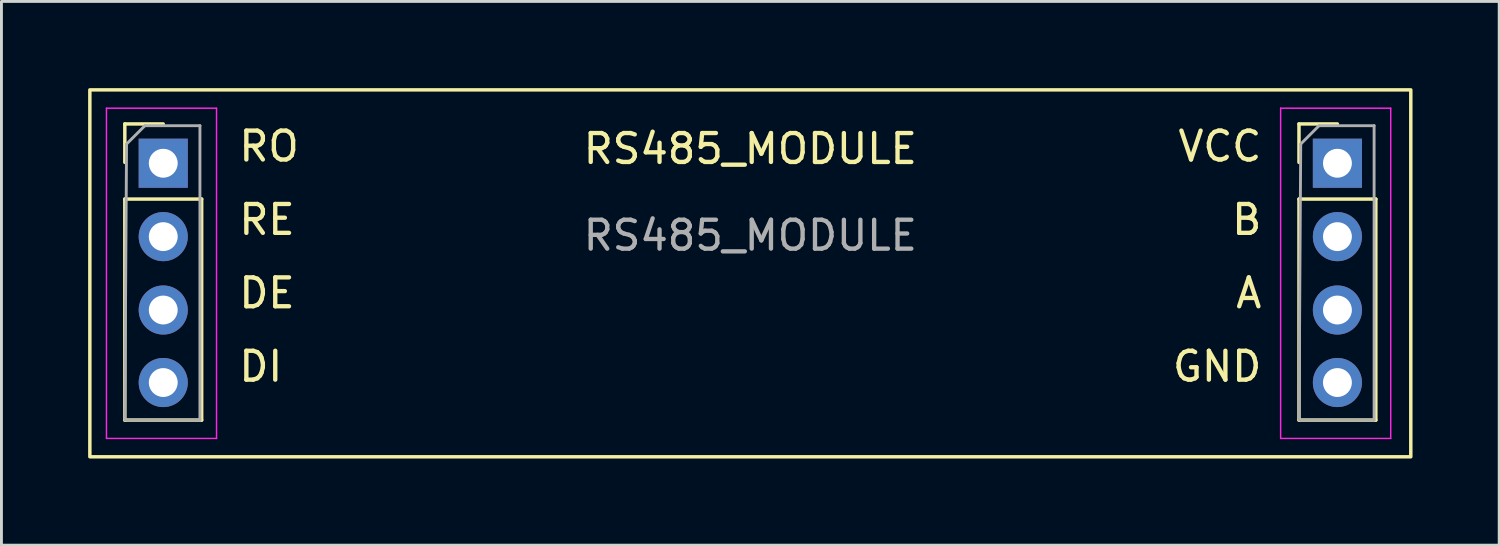
<source format=kicad_pcb>
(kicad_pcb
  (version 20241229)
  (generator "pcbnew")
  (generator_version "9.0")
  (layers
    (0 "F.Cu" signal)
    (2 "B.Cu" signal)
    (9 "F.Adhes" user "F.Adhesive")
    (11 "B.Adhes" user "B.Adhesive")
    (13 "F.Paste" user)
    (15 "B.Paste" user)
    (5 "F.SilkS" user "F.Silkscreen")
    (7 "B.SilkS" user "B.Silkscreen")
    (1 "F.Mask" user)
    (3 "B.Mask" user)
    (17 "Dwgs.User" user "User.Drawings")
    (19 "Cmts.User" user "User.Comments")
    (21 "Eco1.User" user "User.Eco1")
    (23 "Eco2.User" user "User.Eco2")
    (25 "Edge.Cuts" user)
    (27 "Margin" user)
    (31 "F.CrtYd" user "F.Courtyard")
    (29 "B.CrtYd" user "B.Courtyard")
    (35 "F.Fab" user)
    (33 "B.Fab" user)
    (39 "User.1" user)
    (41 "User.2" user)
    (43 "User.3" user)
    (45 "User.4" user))
  (footprint "RS485_MODULE"
    (layer "F.Cu")
    (at 22.92 2.6)
    (property "Reference" "RS485_MODULE" (at 0 -0.5 0) (unlocked yes) (layer "F.SilkS") (effects (font (size 1 1) (thickness 0.15))))
    (attr through_hole)
    (fp_line (start -21.65 -1.36) (end -20.32 -1.36) (stroke (width 0.12) (type solid)) (layer "F.SilkS"))
    (fp_line (start -21.65 -0.03) (end -21.65 -1.36) (stroke (width 0.12) (type solid)) (layer "F.SilkS"))
    (fp_line (start -21.65 1.24) (end -21.65 8.89) (stroke (width 0.12) (type solid)) (layer "F.SilkS"))
    (fp_line (start -21.65 1.24) (end -18.99 1.24) (stroke (width 0.12) (type solid)) (layer "F.SilkS"))
    (fp_line (start -21.65 8.89) (end -18.99 8.89) (stroke (width 0.12) (type solid)) (layer "F.SilkS"))
    (fp_line (start -18.99 1.24) (end -18.99 8.89) (stroke (width 0.12) (type solid)) (layer "F.SilkS"))
    (fp_line (start 18.99 -1.36) (end 20.32 -1.36) (stroke (width 0.12) (type solid)) (layer "F.SilkS"))
    (fp_line (start 18.99 -0.03) (end 18.99 -1.36) (stroke (width 0.12) (type solid)) (layer "F.SilkS"))
    (fp_line (start 18.99 1.24) (end 18.99 8.89) (stroke (width 0.12) (type solid)) (layer "F.SilkS"))
    (fp_line (start 18.99 1.24) (end 21.65 1.24) (stroke (width 0.12) (type solid)) (layer "F.SilkS"))
    (fp_line (start 18.99 8.89) (end 21.65 8.89) (stroke (width 0.12) (type solid)) (layer "F.SilkS"))
    (fp_line (start 21.65 1.24) (end 21.65 8.89) (stroke (width 0.12) (type solid)) (layer "F.SilkS"))
    (fp_rect (start -22.86 -2.54) (end 22.86 10.16) (stroke (width 0.12) (type default)) (fill no) (layer "F.SilkS"))
    (fp_line (start -22.285 -1.905) (end -22.285 9.525) (stroke (width 0.05) (type solid)) (layer "F.CrtYd"))
    (fp_line (start -22.285 9.525) (end -18.475 9.525) (stroke (width 0.05) (type solid)) (layer "F.CrtYd"))
    (fp_line (start -18.475 -1.905) (end -22.285 -1.905) (stroke (width 0.05) (type solid)) (layer "F.CrtYd"))
    (fp_line (start -18.475 9.525) (end -18.475 -1.905) (stroke (width 0.05) (type solid)) (layer "F.CrtYd"))
    (fp_line (start 18.355 -1.905) (end 18.355 9.525) (stroke (width 0.05) (type solid)) (layer "F.CrtYd"))
    (fp_line (start 18.355 9.525) (end 22.165 9.525) (stroke (width 0.05) (type solid)) (layer "F.CrtYd"))
    (fp_line (start 22.165 -1.905) (end 18.355 -1.905) (stroke (width 0.05) (type solid)) (layer "F.CrtYd"))
    (fp_line (start 22.165 9.525) (end 22.165 -1.905) (stroke (width 0.05) (type solid)) (layer "F.CrtYd"))
    (fp_line (start -21.65 8.89) (end -21.59 -0.665) (stroke (width 0.1) (type solid)) (layer "F.Fab"))
    (fp_line (start -21.59 -0.665) (end -20.955 -1.3) (stroke (width 0.1) (type solid)) (layer "F.Fab"))
    (fp_line (start -20.955 -1.3) (end -19.05 -1.3) (stroke (width 0.1) (type solid)) (layer "F.Fab"))
    (fp_line (start -19.05 -1.3) (end -19.05 8.89) (stroke (width 0.1) (type solid)) (layer "F.Fab"))
    (fp_line (start -19.05 8.89) (end -21.59 8.89) (stroke (width 0.1) (type solid)) (layer "F.Fab"))
    (fp_line (start 18.99 8.89) (end 19.05 -0.665) (stroke (width 0.1) (type solid)) (layer "F.Fab"))
    (fp_line (start 19.05 -0.665) (end 19.685 -1.3) (stroke (width 0.1) (type solid)) (layer "F.Fab"))
    (fp_line (start 19.685 -1.3) (end 21.59 -1.3) (stroke (width 0.1) (type solid)) (layer "F.Fab"))
    (fp_line (start 21.59 -1.3) (end 21.59 8.89) (stroke (width 0.1) (type solid)) (layer "F.Fab"))
    (fp_line (start 21.59 8.89) (end 19.05 8.89) (stroke (width 0.1) (type solid)) (layer "F.Fab"))
    (fp_text user "VCC" (at 17.78 0 0) (unlocked yes) (layer "F.SilkS") (effects (font (size 1 1) (thickness 0.15)) (justify right bottom)))
    (fp_text user "DI" (at -17.78 7.62 0) (unlocked yes) (layer "F.SilkS") (effects (font (size 1 1) (thickness 0.15)) (justify left bottom)))
    (fp_text user "GND" (at 17.78 7.62 0) (unlocked yes) (layer "F.SilkS") (effects (font (size 1 1) (thickness 0.15)) (justify right bottom)))
    (fp_text user "RE" (at -17.78 2.54 0) (unlocked yes) (layer "F.SilkS") (effects (font (size 1 1) (thickness 0.15)) (justify left bottom)))
    (fp_text user "RO" (at -17.78 0 0) (unlocked yes) (layer "F.SilkS") (effects (font (size 1 1) (thickness 0.15)) (justify left bottom)))
    (fp_text user "B" (at 17.78 2.54 0) (unlocked yes) (layer "F.SilkS") (effects (font (size 1 1) (thickness 0.15)) (justify right bottom)))
    (fp_text user "A" (at 17.78 5.08 0) (unlocked yes) (layer "F.SilkS") (effects (font (size 1 1) (thickness 0.15)) (justify right bottom)))
    (fp_text user "DE" (at -17.78 5.08 0) (unlocked yes) (layer "F.SilkS") (effects (font (size 1 1) (thickness 0.15)) (justify left bottom)))
    (fp_text user "${REFERENCE}" (at 0 2.5 0) (unlocked yes) (layer "F.Fab") (effects (font (size 1 1) (thickness 0.15))))
    (pad "1" thru_hole rect (at -20.32 0) (size 1.7 1.7) (drill 1) (layers "*.Cu" "*.Mask"))
    (pad "2" thru_hole oval (at -20.32 2.54) (size 1.7 1.7) (drill 1) (layers "*.Cu" "*.Mask"))
    (pad "3" thru_hole oval (at -20.32 5.08) (size 1.7 1.7) (drill 1) (layers "*.Cu" "*.Mask"))
    (pad "4" thru_hole oval (at -20.32 7.59) (size 1.7 1.7) (drill 1) (layers "*.Cu" "*.Mask"))
    (pad "5" thru_hole oval (at 20.32 7.59) (size 1.7 1.7) (drill 1) (layers "*.Cu" "*.Mask"))
    (pad "6" thru_hole oval (at 20.32 5.08) (size 1.7 1.7) (drill 1) (layers "*.Cu" "*.Mask"))
    (pad "7" thru_hole oval (at 20.32 2.54) (size 1.7 1.7) (drill 1) (layers "*.Cu" "*.Mask"))
    (pad "8" thru_hole rect (at 20.32 0) (size 1.7 1.7) (drill 1) (layers "*.Cu" "*.Mask")))
  (gr_rect
    (start -3 -3)
    (end 48.84 15.82)
    (stroke (width 0.1) (type default))
    (fill no)
    (layer "Edge.Cuts")))
</source>
